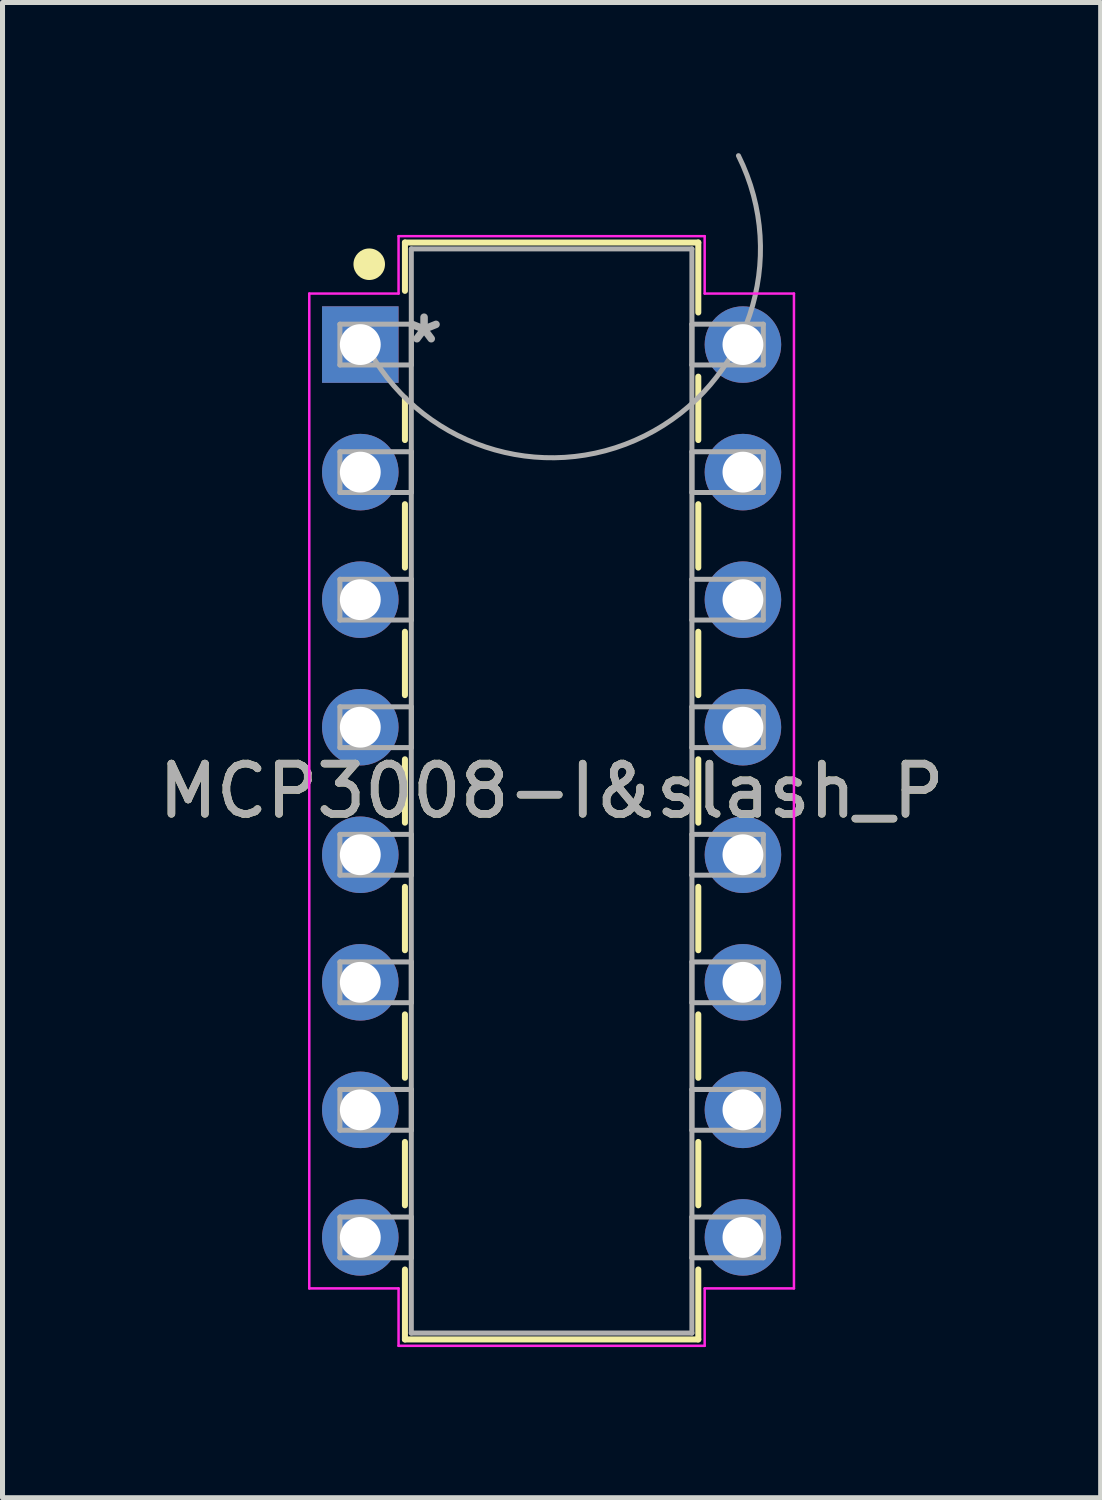
<source format=kicad_pcb>
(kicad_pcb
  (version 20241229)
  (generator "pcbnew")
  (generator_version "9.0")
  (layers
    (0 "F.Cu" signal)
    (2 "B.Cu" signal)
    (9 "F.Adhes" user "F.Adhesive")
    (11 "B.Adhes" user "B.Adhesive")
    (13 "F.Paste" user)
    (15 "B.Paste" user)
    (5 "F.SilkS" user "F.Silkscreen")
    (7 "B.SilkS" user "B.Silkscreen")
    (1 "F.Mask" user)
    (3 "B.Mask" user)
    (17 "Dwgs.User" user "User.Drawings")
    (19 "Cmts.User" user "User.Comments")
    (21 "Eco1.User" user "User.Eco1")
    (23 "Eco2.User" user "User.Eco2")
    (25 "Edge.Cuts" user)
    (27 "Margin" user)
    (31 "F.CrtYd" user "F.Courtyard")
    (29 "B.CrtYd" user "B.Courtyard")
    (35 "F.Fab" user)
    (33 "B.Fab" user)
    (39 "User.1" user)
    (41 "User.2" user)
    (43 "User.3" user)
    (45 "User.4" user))
  (footprint "MCP3008-I&slash_P"
    (layer "F.Cu")
    (at 7.935 12.702)
    (property "Reference" "MCP3008-I&slash_P" (at 0 0 0) (layer "F.SilkS") (effects (font (size 1 1) (thickness 0.15))))
    (attr through_hole)
    (fp_line (start -2.921 -10.922) (end -2.921 -9.96) (stroke (width 0.12) (type solid)) (layer "F.SilkS"))
    (fp_line (start -2.921 -7.82) (end -2.921 -6.989) (stroke (width 0.12) (type solid)) (layer "F.SilkS"))
    (fp_line (start -2.921 -5.711) (end -2.921 -4.449) (stroke (width 0.12) (type solid)) (layer "F.SilkS"))
    (fp_line (start -2.921 -3.171) (end -2.921 -1.909) (stroke (width 0.12) (type solid)) (layer "F.SilkS"))
    (fp_line (start -2.921 -0.631) (end -2.921 0.631) (stroke (width 0.12) (type solid)) (layer "F.SilkS"))
    (fp_line (start -2.921 1.909) (end -2.921 3.171) (stroke (width 0.12) (type solid)) (layer "F.SilkS"))
    (fp_line (start -2.921 4.449) (end -2.921 5.711) (stroke (width 0.12) (type solid)) (layer "F.SilkS"))
    (fp_line (start -2.921 6.989) (end -2.921 8.251) (stroke (width 0.12) (type solid)) (layer "F.SilkS"))
    (fp_line (start -2.921 9.529) (end -2.921 10.922) (stroke (width 0.12) (type solid)) (layer "F.SilkS"))
    (fp_line (start -2.921 10.922) (end 2.921 10.922) (stroke (width 0.12) (type solid)) (layer "F.SilkS"))
    (fp_line (start 2.921 -10.922) (end -2.921 -10.922) (stroke (width 0.12) (type solid)) (layer "F.SilkS"))
    (fp_line (start 2.921 -9.529) (end 2.921 -10.922) (stroke (width 0.12) (type solid)) (layer "F.SilkS"))
    (fp_line (start 2.921 -6.989) (end 2.921 -8.251) (stroke (width 0.12) (type solid)) (layer "F.SilkS"))
    (fp_line (start 2.921 -4.449) (end 2.921 -5.711) (stroke (width 0.12) (type solid)) (layer "F.SilkS"))
    (fp_line (start 2.921 -1.909) (end 2.921 -3.171) (stroke (width 0.12) (type solid)) (layer "F.SilkS"))
    (fp_line (start 2.921 0.631) (end 2.921 -0.631) (stroke (width 0.12) (type solid)) (layer "F.SilkS"))
    (fp_line (start 2.921 3.171) (end 2.921 1.909) (stroke (width 0.12) (type solid)) (layer "F.SilkS"))
    (fp_line (start 2.921 5.711) (end 2.921 4.449) (stroke (width 0.12) (type solid)) (layer "F.SilkS"))
    (fp_line (start 2.921 8.251) (end 2.921 6.989) (stroke (width 0.12) (type solid)) (layer "F.SilkS"))
    (fp_line (start 2.921 10.922) (end 2.921 9.529) (stroke (width 0.12) (type solid)) (layer "F.SilkS"))
    (fp_circle (center -3.632 -10.49) (end -3.378 -10.49) (stroke (width 0.12) (type solid)) (fill yes) (layer "F.SilkS"))
    (fp_line (start -4.826 -9.906) (end -3.048 -9.906) (stroke (width 0.05) (type solid)) (layer "F.CrtYd"))
    (fp_line (start -4.826 9.906) (end -4.826 -9.906) (stroke (width 0.05) (type solid)) (layer "F.CrtYd"))
    (fp_line (start -3.048 -11.049) (end 3.048 -11.049) (stroke (width 0.05) (type solid)) (layer "F.CrtYd"))
    (fp_line (start -3.048 -9.906) (end -3.048 -11.049) (stroke (width 0.05) (type solid)) (layer "F.CrtYd"))
    (fp_line (start -3.048 9.906) (end -4.826 9.906) (stroke (width 0.05) (type solid)) (layer "F.CrtYd"))
    (fp_line (start -3.048 9.906) (end -3.048 11.049) (stroke (width 0.05) (type solid)) (layer "F.CrtYd"))
    (fp_line (start -3.048 11.049) (end 3.048 11.049) (stroke (width 0.05) (type solid)) (layer "F.CrtYd"))
    (fp_line (start 3.048 -11.049) (end 3.048 -9.906) (stroke (width 0.05) (type solid)) (layer "F.CrtYd"))
    (fp_line (start 3.048 11.049) (end 3.048 9.906) (stroke (width 0.05) (type solid)) (layer "F.CrtYd"))
    (fp_line (start 4.826 -9.906) (end 3.048 -9.906) (stroke (width 0.05) (type solid)) (layer "F.CrtYd"))
    (fp_line (start 4.826 -9.906) (end 4.826 9.906) (stroke (width 0.05) (type solid)) (layer "F.CrtYd"))
    (fp_line (start 4.826 9.906) (end 3.048 9.906) (stroke (width 0.05) (type solid)) (layer "F.CrtYd"))
    (fp_line (start -4.216 -9.296) (end -4.216 -8.484) (stroke (width 0.1) (type solid)) (layer "F.Fab"))
    (fp_line (start -4.216 -8.484) (end -2.794 -8.484) (stroke (width 0.1) (type solid)) (layer "F.Fab"))
    (fp_line (start -4.216 -6.756) (end -4.216 -5.944) (stroke (width 0.1) (type solid)) (layer "F.Fab"))
    (fp_line (start -4.216 -5.944) (end -2.794 -5.944) (stroke (width 0.1) (type solid)) (layer "F.Fab"))
    (fp_line (start -4.216 -4.216) (end -4.216 -3.404) (stroke (width 0.1) (type solid)) (layer "F.Fab"))
    (fp_line (start -4.216 -3.404) (end -2.794 -3.404) (stroke (width 0.1) (type solid)) (layer "F.Fab"))
    (fp_line (start -4.216 -1.676) (end -4.216 -0.864) (stroke (width 0.1) (type solid)) (layer "F.Fab"))
    (fp_line (start -4.216 -0.864) (end -2.794 -0.864) (stroke (width 0.1) (type solid)) (layer "F.Fab"))
    (fp_line (start -4.216 0.864) (end -4.216 1.676) (stroke (width 0.1) (type solid)) (layer "F.Fab"))
    (fp_line (start -4.216 1.676) (end -2.794 1.676) (stroke (width 0.1) (type solid)) (layer "F.Fab"))
    (fp_line (start -4.216 3.404) (end -4.216 4.216) (stroke (width 0.1) (type solid)) (layer "F.Fab"))
    (fp_line (start -4.216 4.216) (end -2.794 4.216) (stroke (width 0.1) (type solid)) (layer "F.Fab"))
    (fp_line (start -4.216 5.944) (end -4.216 6.756) (stroke (width 0.1) (type solid)) (layer "F.Fab"))
    (fp_line (start -4.216 6.756) (end -2.794 6.756) (stroke (width 0.1) (type solid)) (layer "F.Fab"))
    (fp_line (start -4.216 8.484) (end -4.216 9.296) (stroke (width 0.1) (type solid)) (layer "F.Fab"))
    (fp_line (start -4.216 9.296) (end -2.794 9.296) (stroke (width 0.1) (type solid)) (layer "F.Fab"))
    (fp_line (start -2.794 -10.795) (end -2.794 10.795) (stroke (width 0.1) (type solid)) (layer "F.Fab"))
    (fp_line (start -2.794 -9.296) (end -4.216 -9.296) (stroke (width 0.1) (type solid)) (layer "F.Fab"))
    (fp_line (start -2.794 -8.484) (end -2.794 -9.296) (stroke (width 0.1) (type solid)) (layer "F.Fab"))
    (fp_line (start -2.794 -6.756) (end -4.216 -6.756) (stroke (width 0.1) (type solid)) (layer "F.Fab"))
    (fp_line (start -2.794 -5.944) (end -2.794 -6.756) (stroke (width 0.1) (type solid)) (layer "F.Fab"))
    (fp_line (start -2.794 -4.216) (end -4.216 -4.216) (stroke (width 0.1) (type solid)) (layer "F.Fab"))
    (fp_line (start -2.794 -3.404) (end -2.794 -4.216) (stroke (width 0.1) (type solid)) (layer "F.Fab"))
    (fp_line (start -2.794 -1.676) (end -4.216 -1.676) (stroke (width 0.1) (type solid)) (layer "F.Fab"))
    (fp_line (start -2.794 -0.864) (end -2.794 -1.676) (stroke (width 0.1) (type solid)) (layer "F.Fab"))
    (fp_line (start -2.794 0.864) (end -4.216 0.864) (stroke (width 0.1) (type solid)) (layer "F.Fab"))
    (fp_line (start -2.794 1.676) (end -2.794 0.864) (stroke (width 0.1) (type solid)) (layer "F.Fab"))
    (fp_line (start -2.794 3.404) (end -4.216 3.404) (stroke (width 0.1) (type solid)) (layer "F.Fab"))
    (fp_line (start -2.794 4.216) (end -2.794 3.404) (stroke (width 0.1) (type solid)) (layer "F.Fab"))
    (fp_line (start -2.794 5.944) (end -4.216 5.944) (stroke (width 0.1) (type solid)) (layer "F.Fab"))
    (fp_line (start -2.794 6.756) (end -2.794 5.944) (stroke (width 0.1) (type solid)) (layer "F.Fab"))
    (fp_line (start -2.794 8.484) (end -4.216 8.484) (stroke (width 0.1) (type solid)) (layer "F.Fab"))
    (fp_line (start -2.794 9.296) (end -2.794 8.484) (stroke (width 0.1) (type solid)) (layer "F.Fab"))
    (fp_line (start -2.794 10.795) (end 2.794 10.795) (stroke (width 0.1) (type solid)) (layer "F.Fab"))
    (fp_line (start 2.794 -10.795) (end -2.794 -10.795) (stroke (width 0.1) (type solid)) (layer "F.Fab"))
    (fp_line (start 2.794 -9.296) (end 2.794 -8.484) (stroke (width 0.1) (type solid)) (layer "F.Fab"))
    (fp_line (start 2.794 -8.484) (end 4.216 -8.484) (stroke (width 0.1) (type solid)) (layer "F.Fab"))
    (fp_line (start 2.794 -6.756) (end 2.794 -5.944) (stroke (width 0.1) (type solid)) (layer "F.Fab"))
    (fp_line (start 2.794 -5.944) (end 4.216 -5.944) (stroke (width 0.1) (type solid)) (layer "F.Fab"))
    (fp_line (start 2.794 -4.216) (end 2.794 -3.404) (stroke (width 0.1) (type solid)) (layer "F.Fab"))
    (fp_line (start 2.794 -3.404) (end 4.216 -3.404) (stroke (width 0.1) (type solid)) (layer "F.Fab"))
    (fp_line (start 2.794 -1.676) (end 2.794 -0.864) (stroke (width 0.1) (type solid)) (layer "F.Fab"))
    (fp_line (start 2.794 -0.864) (end 4.216 -0.864) (stroke (width 0.1) (type solid)) (layer "F.Fab"))
    (fp_line (start 2.794 0.864) (end 2.794 1.676) (stroke (width 0.1) (type solid)) (layer "F.Fab"))
    (fp_line (start 2.794 1.676) (end 4.216 1.676) (stroke (width 0.1) (type solid)) (layer "F.Fab"))
    (fp_line (start 2.794 3.404) (end 2.794 4.216) (stroke (width 0.1) (type solid)) (layer "F.Fab"))
    (fp_line (start 2.794 4.216) (end 4.216 4.216) (stroke (width 0.1) (type solid)) (layer "F.Fab"))
    (fp_line (start 2.794 5.944) (end 2.794 6.756) (stroke (width 0.1) (type solid)) (layer "F.Fab"))
    (fp_line (start 2.794 6.756) (end 4.216 6.756) (stroke (width 0.1) (type solid)) (layer "F.Fab"))
    (fp_line (start 2.794 8.484) (end 2.794 9.296) (stroke (width 0.1) (type solid)) (layer "F.Fab"))
    (fp_line (start 2.794 9.296) (end 4.216 9.296) (stroke (width 0.1) (type solid)) (layer "F.Fab"))
    (fp_line (start 2.794 10.795) (end 2.794 -10.795) (stroke (width 0.1) (type solid)) (layer "F.Fab"))
    (fp_line (start 4.216 -9.296) (end 2.794 -9.296) (stroke (width 0.1) (type solid)) (layer "F.Fab"))
    (fp_line (start 4.216 -8.484) (end 4.216 -9.296) (stroke (width 0.1) (type solid)) (layer "F.Fab"))
    (fp_line (start 4.216 -6.756) (end 2.794 -6.756) (stroke (width 0.1) (type solid)) (layer "F.Fab"))
    (fp_line (start 4.216 -5.944) (end 4.216 -6.756) (stroke (width 0.1) (type solid)) (layer "F.Fab"))
    (fp_line (start 4.216 -4.216) (end 2.794 -4.216) (stroke (width 0.1) (type solid)) (layer "F.Fab"))
    (fp_line (start 4.216 -3.404) (end 4.216 -4.216) (stroke (width 0.1) (type solid)) (layer "F.Fab"))
    (fp_line (start 4.216 -1.676) (end 2.794 -1.676) (stroke (width 0.1) (type solid)) (layer "F.Fab"))
    (fp_line (start 4.216 -0.864) (end 4.216 -1.676) (stroke (width 0.1) (type solid)) (layer "F.Fab"))
    (fp_line (start 4.216 0.864) (end 2.794 0.864) (stroke (width 0.1) (type solid)) (layer "F.Fab"))
    (fp_line (start 4.216 1.676) (end 4.216 0.864) (stroke (width 0.1) (type solid)) (layer "F.Fab"))
    (fp_line (start 4.216 3.404) (end 2.794 3.404) (stroke (width 0.1) (type solid)) (layer "F.Fab"))
    (fp_line (start 4.216 4.216) (end 4.216 3.404) (stroke (width 0.1) (type solid)) (layer "F.Fab"))
    (fp_line (start 4.216 5.944) (end 2.794 5.944) (stroke (width 0.1) (type solid)) (layer "F.Fab"))
    (fp_line (start 4.216 6.756) (end 4.216 5.944) (stroke (width 0.1) (type solid)) (layer "F.Fab"))
    (fp_line (start 4.216 8.484) (end 2.794 8.484) (stroke (width 0.1) (type solid)) (layer "F.Fab"))
    (fp_line (start 4.216 9.296) (end 4.216 8.484) (stroke (width 0.1) (type solid)) (layer "F.Fab"))
    (fp_arc (start 3.720968 -12.651613) (mid 1.856613 -7.074032) (end -3.720968 -8.938387) (stroke (width 0.1) (type solid)) (layer "F.Fab"))
    (fp_text user "*" (at -2.54 -8.89 0) (layer "F.Fab") (effects (font (size 1 1) (thickness 0.15))))
    (fp_text user "${REFERENCE}" (at 0 0 0) (layer "F.Fab") (effects (font (size 1 1) (thickness 0.15))))
    (pad "1" thru_hole rect (at -3.81 -8.89) (size 1.524 1.524) (drill 0.813) (layers "*.Cu" "*.Mask"))
    (pad "2" thru_hole circle (at -3.81 -6.35) (size 1.524 1.524) (drill 0.813) (layers "*.Cu" "*.Mask"))
    (pad "3" thru_hole circle (at -3.81 -3.81) (size 1.524 1.524) (drill 0.813) (layers "*.Cu" "*.Mask"))
    (pad "4" thru_hole circle (at -3.81 -1.27) (size 1.524 1.524) (drill 0.813) (layers "*.Cu" "*.Mask"))
    (pad "5" thru_hole circle (at -3.81 1.27) (size 1.524 1.524) (drill 0.813) (layers "*.Cu" "*.Mask"))
    (pad "6" thru_hole circle (at -3.81 3.81) (size 1.524 1.524) (drill 0.813) (layers "*.Cu" "*.Mask"))
    (pad "7" thru_hole circle (at -3.81 6.35) (size 1.524 1.524) (drill 0.813) (layers "*.Cu" "*.Mask"))
    (pad "8" thru_hole circle (at -3.81 8.89) (size 1.524 1.524) (drill 0.813) (layers "*.Cu" "*.Mask"))
    (pad "9" thru_hole circle (at 3.81 8.89) (size 1.524 1.524) (drill 0.813) (layers "*.Cu" "*.Mask"))
    (pad "10" thru_hole circle (at 3.81 6.35) (size 1.524 1.524) (drill 0.813) (layers "*.Cu" "*.Mask"))
    (pad "11" thru_hole circle (at 3.81 3.81) (size 1.524 1.524) (drill 0.813) (layers "*.Cu" "*.Mask"))
    (pad "12" thru_hole circle (at 3.81 1.27) (size 1.524 1.524) (drill 0.813) (layers "*.Cu" "*.Mask"))
    (pad "13" thru_hole circle (at 3.81 -1.27) (size 1.524 1.524) (drill 0.813) (layers "*.Cu" "*.Mask"))
    (pad "14" thru_hole circle (at 3.81 -3.81) (size 1.524 1.524) (drill 0.813) (layers "*.Cu" "*.Mask"))
    (pad "15" thru_hole circle (at 3.81 -6.35) (size 1.524 1.524) (drill 0.813) (layers "*.Cu" "*.Mask"))
    (pad "16" thru_hole circle (at 3.81 -8.89) (size 1.524 1.524) (drill 0.813) (layers "*.Cu" "*.Mask")))
  (gr_rect
    (start -3 -3)
    (end 18.869 26.776)
    (stroke (width 0.1) (type default))
    (fill no)
    (layer "Edge.Cuts")))
</source>
